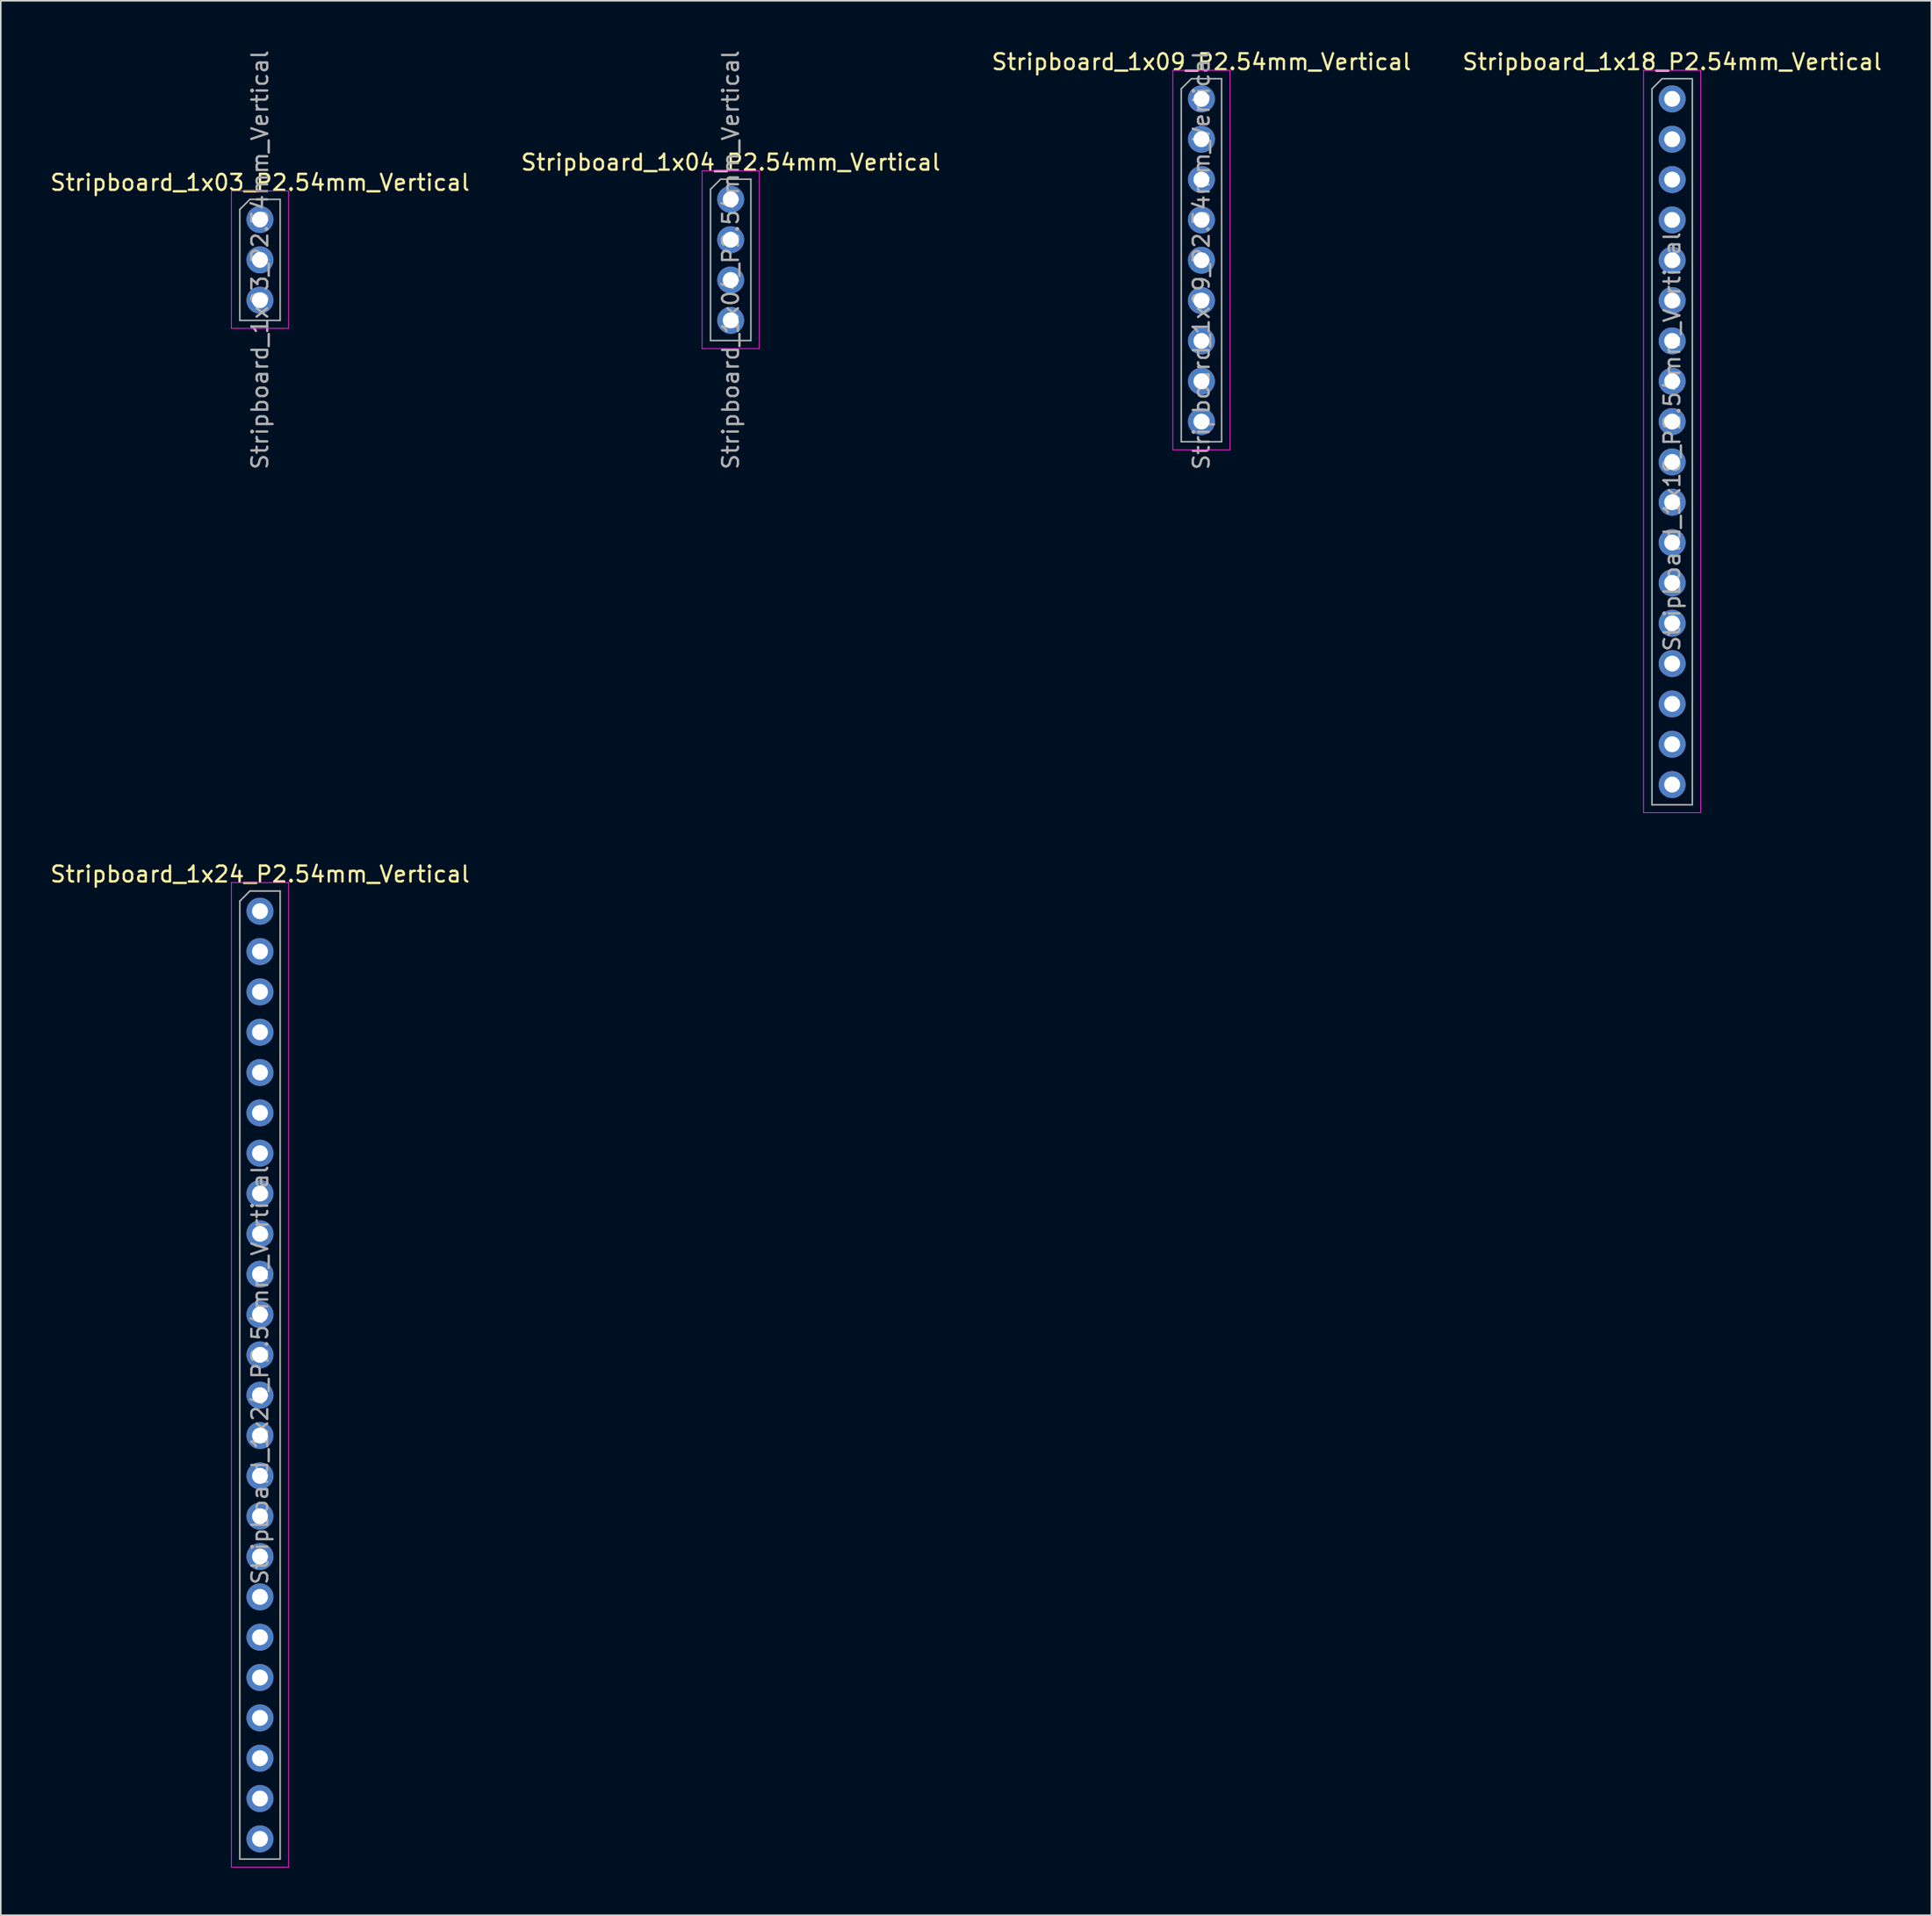
<source format=kicad_pcb>
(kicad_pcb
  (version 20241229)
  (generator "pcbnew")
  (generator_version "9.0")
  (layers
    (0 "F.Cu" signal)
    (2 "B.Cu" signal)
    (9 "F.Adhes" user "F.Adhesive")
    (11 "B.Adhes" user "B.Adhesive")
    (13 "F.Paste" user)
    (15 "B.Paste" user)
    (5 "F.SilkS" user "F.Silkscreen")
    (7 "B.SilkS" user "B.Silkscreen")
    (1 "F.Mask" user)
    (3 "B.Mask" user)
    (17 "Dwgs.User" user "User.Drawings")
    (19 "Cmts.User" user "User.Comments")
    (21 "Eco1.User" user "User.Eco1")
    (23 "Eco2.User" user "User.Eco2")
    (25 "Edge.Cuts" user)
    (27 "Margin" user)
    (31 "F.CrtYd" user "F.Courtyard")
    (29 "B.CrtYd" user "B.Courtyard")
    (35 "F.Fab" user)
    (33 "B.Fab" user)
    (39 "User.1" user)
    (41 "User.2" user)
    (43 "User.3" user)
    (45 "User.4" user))
  (footprint "Stripboard_1x04_P2.54mm_Vertical"
    (layer "F.Cu")
    (at 42.946 9.505)
    (property "Reference" "Stripboard_1x04_P2.54mm_Vertical" (at 0 -2.33 0) (layer "F.SilkS") (effects (font (size 1 1) (thickness 0.15))))
    (attr through_hole)
    (fp_line (start -1.8 -1.8) (end -1.8 9.4) (stroke (width 0.05) (type solid)) (layer "F.CrtYd"))
    (fp_line (start -1.8 9.4) (end 1.8 9.4) (stroke (width 0.05) (type solid)) (layer "F.CrtYd"))
    (fp_line (start 1.8 -1.8) (end -1.8 -1.8) (stroke (width 0.05) (type solid)) (layer "F.CrtYd"))
    (fp_line (start 1.8 9.4) (end 1.8 -1.8) (stroke (width 0.05) (type solid)) (layer "F.CrtYd"))
    (fp_line (start -1.27 -0.635) (end -0.635 -1.27) (stroke (width 0.1) (type solid)) (layer "F.Fab"))
    (fp_line (start -1.27 8.89) (end -1.27 -0.635) (stroke (width 0.1) (type solid)) (layer "F.Fab"))
    (fp_line (start -0.635 -1.27) (end 1.27 -1.27) (stroke (width 0.1) (type solid)) (layer "F.Fab"))
    (fp_line (start 1.27 -1.27) (end 1.27 8.89) (stroke (width 0.1) (type solid)) (layer "F.Fab"))
    (fp_line (start 1.27 8.89) (end -1.27 8.89) (stroke (width 0.1) (type solid)) (layer "F.Fab"))
    (fp_text user "${REFERENCE}" (at 0 3.81 90) (layer "F.Fab") (effects (font (size 1 1) (thickness 0.15))))
    (pad "1" thru_hole circle (at 0 0) (size 1.7 1.7) (drill 1) (layers "*.Cu" "*.Mask"))
    (pad "2" thru_hole oval (at 0 2.54) (size 1.7 1.7) (drill 1) (layers "*.Cu" "*.Mask"))
    (pad "3" thru_hole oval (at 0 5.08) (size 1.7 1.7) (drill 1) (layers "*.Cu" "*.Mask"))
    (pad "4" thru_hole oval (at 0 7.62) (size 1.7 1.7) (drill 1) (layers "*.Cu" "*.Mask")))
  (footprint "Stripboard_1x18_P2.54mm_Vertical"
    (layer "F.Cu")
    (at 102.208 3.178)
    (property "Reference" "Stripboard_1x18_P2.54mm_Vertical" (at 0 -2.33 0) (layer "F.SilkS") (effects (font (size 1 1) (thickness 0.15))))
    (attr through_hole)
    (fp_line (start -1.8 -1.8) (end -1.8 44.95) (stroke (width 0.05) (type solid)) (layer "F.CrtYd"))
    (fp_line (start -1.8 44.95) (end 1.8 44.95) (stroke (width 0.05) (type solid)) (layer "F.CrtYd"))
    (fp_line (start 1.8 -1.8) (end -1.8 -1.8) (stroke (width 0.05) (type solid)) (layer "F.CrtYd"))
    (fp_line (start 1.8 44.95) (end 1.8 -1.8) (stroke (width 0.05) (type solid)) (layer "F.CrtYd"))
    (fp_line (start -1.27 -0.635) (end -0.635 -1.27) (stroke (width 0.1) (type solid)) (layer "F.Fab"))
    (fp_line (start -1.27 44.45) (end -1.27 -0.635) (stroke (width 0.1) (type solid)) (layer "F.Fab"))
    (fp_line (start -0.635 -1.27) (end 1.27 -1.27) (stroke (width 0.1) (type solid)) (layer "F.Fab"))
    (fp_line (start 1.27 -1.27) (end 1.27 44.45) (stroke (width 0.1) (type solid)) (layer "F.Fab"))
    (fp_line (start 1.27 44.45) (end -1.27 44.45) (stroke (width 0.1) (type solid)) (layer "F.Fab"))
    (fp_text user "${REFERENCE}" (at 0 21.59 90) (layer "F.Fab") (effects (font (size 1 1) (thickness 0.15))))
    (pad "1" thru_hole oval (at 0 0) (size 1.7 1.7) (drill 1) (layers "*.Cu" "*.Mask"))
    (pad "2" thru_hole oval (at 0 2.54) (size 1.7 1.7) (drill 1) (layers "*.Cu" "*.Mask"))
    (pad "3" thru_hole oval (at 0 5.08) (size 1.7 1.7) (drill 1) (layers "*.Cu" "*.Mask"))
    (pad "4" thru_hole oval (at 0 7.62) (size 1.7 1.7) (drill 1) (layers "*.Cu" "*.Mask"))
    (pad "5" thru_hole oval (at 0 10.16) (size 1.7 1.7) (drill 1) (layers "*.Cu" "*.Mask"))
    (pad "6" thru_hole oval (at 0 12.7) (size 1.7 1.7) (drill 1) (layers "*.Cu" "*.Mask"))
    (pad "7" thru_hole oval (at 0 15.24) (size 1.7 1.7) (drill 1) (layers "*.Cu" "*.Mask"))
    (pad "8" thru_hole oval (at 0 17.78) (size 1.7 1.7) (drill 1) (layers "*.Cu" "*.Mask"))
    (pad "9" thru_hole oval (at 0 20.32) (size 1.7 1.7) (drill 1) (layers "*.Cu" "*.Mask"))
    (pad "10" thru_hole oval (at 0 22.86) (size 1.7 1.7) (drill 1) (layers "*.Cu" "*.Mask"))
    (pad "11" thru_hole oval (at 0 25.4) (size 1.7 1.7) (drill 1) (layers "*.Cu" "*.Mask"))
    (pad "12" thru_hole oval (at 0 27.94) (size 1.7 1.7) (drill 1) (layers "*.Cu" "*.Mask"))
    (pad "13" thru_hole oval (at 0 30.48) (size 1.7 1.7) (drill 1) (layers "*.Cu" "*.Mask"))
    (pad "14" thru_hole oval (at 0 33.02) (size 1.7 1.7) (drill 1) (layers "*.Cu" "*.Mask"))
    (pad "15" thru_hole oval (at 0 35.56) (size 1.7 1.7) (drill 1) (layers "*.Cu" "*.Mask"))
    (pad "16" thru_hole oval (at 0 38.1) (size 1.7 1.7) (drill 1) (layers "*.Cu" "*.Mask"))
    (pad "17" thru_hole oval (at 0 40.64) (size 1.7 1.7) (drill 1) (layers "*.Cu" "*.Mask"))
    (pad "18" thru_hole oval (at 0 43.18) (size 1.7 1.7) (drill 1) (layers "*.Cu" "*.Mask")))
  (footprint "Stripboard_1x24_P2.54mm_Vertical"
    (layer "F.Cu")
    (at 13.315 54.331)
    (property "Reference" "Stripboard_1x24_P2.54mm_Vertical" (at 0 -2.33 0) (layer "F.SilkS") (effects (font (size 1 1) (thickness 0.15))))
    (attr through_hole)
    (fp_line (start -1.8 -1.8) (end -1.8 60.2) (stroke (width 0.05) (type solid)) (layer "F.CrtYd"))
    (fp_line (start -1.8 60.2) (end 1.8 60.2) (stroke (width 0.05) (type solid)) (layer "F.CrtYd"))
    (fp_line (start 1.8 -1.8) (end -1.8 -1.8) (stroke (width 0.05) (type solid)) (layer "F.CrtYd"))
    (fp_line (start 1.8 60.2) (end 1.8 -1.8) (stroke (width 0.05) (type solid)) (layer "F.CrtYd"))
    (fp_line (start -1.27 -0.635) (end -0.635 -1.27) (stroke (width 0.1) (type solid)) (layer "F.Fab"))
    (fp_line (start -1.27 59.69) (end -1.27 -0.635) (stroke (width 0.1) (type solid)) (layer "F.Fab"))
    (fp_line (start -0.635 -1.27) (end 1.27 -1.27) (stroke (width 0.1) (type solid)) (layer "F.Fab"))
    (fp_line (start 1.27 -1.27) (end 1.27 59.69) (stroke (width 0.1) (type solid)) (layer "F.Fab"))
    (fp_line (start 1.27 59.69) (end -1.27 59.69) (stroke (width 0.1) (type solid)) (layer "F.Fab"))
    (fp_text user "${REFERENCE}" (at 0 29.21 90) (layer "F.Fab") (effects (font (size 1 1) (thickness 0.15))))
    (pad "1" thru_hole circle (at 0 0) (size 1.7 1.7) (drill 1) (layers "*.Cu" "*.Mask"))
    (pad "2" thru_hole oval (at 0 2.54) (size 1.7 1.7) (drill 1) (layers "*.Cu" "*.Mask"))
    (pad "3" thru_hole oval (at 0 5.08) (size 1.7 1.7) (drill 1) (layers "*.Cu" "*.Mask"))
    (pad "4" thru_hole oval (at 0 7.62) (size 1.7 1.7) (drill 1) (layers "*.Cu" "*.Mask"))
    (pad "5" thru_hole oval (at 0 10.16) (size 1.7 1.7) (drill 1) (layers "*.Cu" "*.Mask"))
    (pad "6" thru_hole oval (at 0 12.7) (size 1.7 1.7) (drill 1) (layers "*.Cu" "*.Mask"))
    (pad "7" thru_hole oval (at 0 15.24) (size 1.7 1.7) (drill 1) (layers "*.Cu" "*.Mask"))
    (pad "8" thru_hole oval (at 0 17.78) (size 1.7 1.7) (drill 1) (layers "*.Cu" "*.Mask"))
    (pad "9" thru_hole oval (at 0 20.32) (size 1.7 1.7) (drill 1) (layers "*.Cu" "*.Mask"))
    (pad "10" thru_hole oval (at 0 22.86) (size 1.7 1.7) (drill 1) (layers "*.Cu" "*.Mask"))
    (pad "11" thru_hole oval (at 0 25.4) (size 1.7 1.7) (drill 1) (layers "*.Cu" "*.Mask"))
    (pad "12" thru_hole oval (at 0 27.94) (size 1.7 1.7) (drill 1) (layers "*.Cu" "*.Mask"))
    (pad "13" thru_hole oval (at 0 30.48) (size 1.7 1.7) (drill 1) (layers "*.Cu" "*.Mask"))
    (pad "14" thru_hole oval (at 0 33.02) (size 1.7 1.7) (drill 1) (layers "*.Cu" "*.Mask"))
    (pad "15" thru_hole oval (at 0 35.56) (size 1.7 1.7) (drill 1) (layers "*.Cu" "*.Mask"))
    (pad "16" thru_hole oval (at 0 38.1) (size 1.7 1.7) (drill 1) (layers "*.Cu" "*.Mask"))
    (pad "17" thru_hole oval (at 0 40.64) (size 1.7 1.7) (drill 1) (layers "*.Cu" "*.Mask"))
    (pad "18" thru_hole oval (at 0 43.18) (size 1.7 1.7) (drill 1) (layers "*.Cu" "*.Mask"))
    (pad "19" thru_hole oval (at 0 45.72) (size 1.7 1.7) (drill 1) (layers "*.Cu" "*.Mask"))
    (pad "20" thru_hole oval (at 0 48.26) (size 1.7 1.7) (drill 1) (layers "*.Cu" "*.Mask"))
    (pad "21" thru_hole oval (at 0 50.8) (size 1.7 1.7) (drill 1) (layers "*.Cu" "*.Mask"))
    (pad "22" thru_hole oval (at 0 53.34) (size 1.7 1.7) (drill 1) (layers "*.Cu" "*.Mask"))
    (pad "23" thru_hole oval (at 0 55.88) (size 1.7 1.7) (drill 1) (layers "*.Cu" "*.Mask"))
    (pad "24" thru_hole oval (at 0 58.42) (size 1.7 1.7) (drill 1) (layers "*.Cu" "*.Mask")))
  (footprint "Stripboard_1x09_P2.54mm_Vertical"
    (layer "F.Cu")
    (at 72.577 3.178)
    (property "Reference" "Stripboard_1x09_P2.54mm_Vertical" (at 0 -2.33 0) (layer "F.SilkS") (effects (font (size 1 1) (thickness 0.15))))
    (attr through_hole)
    (fp_line (start -1.8 -1.8) (end -1.8 22.1) (stroke (width 0.05) (type solid)) (layer "F.CrtYd"))
    (fp_line (start -1.8 22.1) (end 1.8 22.1) (stroke (width 0.05) (type solid)) (layer "F.CrtYd"))
    (fp_line (start 1.8 -1.8) (end -1.8 -1.8) (stroke (width 0.05) (type solid)) (layer "F.CrtYd"))
    (fp_line (start 1.8 22.1) (end 1.8 -1.8) (stroke (width 0.05) (type solid)) (layer "F.CrtYd"))
    (fp_line (start -1.27 -0.635) (end -0.635 -1.27) (stroke (width 0.1) (type solid)) (layer "F.Fab"))
    (fp_line (start -1.27 21.59) (end -1.27 -0.635) (stroke (width 0.1) (type solid)) (layer "F.Fab"))
    (fp_line (start -0.635 -1.27) (end 1.27 -1.27) (stroke (width 0.1) (type solid)) (layer "F.Fab"))
    (fp_line (start 1.27 -1.27) (end 1.27 21.59) (stroke (width 0.1) (type solid)) (layer "F.Fab"))
    (fp_line (start 1.27 21.59) (end -1.27 21.59) (stroke (width 0.1) (type solid)) (layer "F.Fab"))
    (fp_text user "${REFERENCE}" (at 0 10.16 90) (layer "F.Fab") (effects (font (size 1 1) (thickness 0.15))))
    (pad "1" thru_hole circle (at 0 0) (size 1.7 1.7) (drill 1) (layers "*.Cu" "*.Mask"))
    (pad "2" thru_hole oval (at 0 2.54) (size 1.7 1.7) (drill 1) (layers "*.Cu" "*.Mask"))
    (pad "3" thru_hole oval (at 0 5.08) (size 1.7 1.7) (drill 1) (layers "*.Cu" "*.Mask"))
    (pad "4" thru_hole oval (at 0 7.62) (size 1.7 1.7) (drill 1) (layers "*.Cu" "*.Mask"))
    (pad "5" thru_hole oval (at 0 10.16) (size 1.7 1.7) (drill 1) (layers "*.Cu" "*.Mask"))
    (pad "6" thru_hole oval (at 0 12.7) (size 1.7 1.7) (drill 1) (layers "*.Cu" "*.Mask"))
    (pad "7" thru_hole oval (at 0 15.24) (size 1.7 1.7) (drill 1) (layers "*.Cu" "*.Mask"))
    (pad "8" thru_hole oval (at 0 17.78) (size 1.7 1.7) (drill 1) (layers "*.Cu" "*.Mask"))
    (pad "9" thru_hole oval (at 0 20.32) (size 1.7 1.7) (drill 1) (layers "*.Cu" "*.Mask")))
  (footprint "Stripboard_1x03_P2.54mm_Vertical"
    (layer "F.Cu")
    (at 13.315 10.775)
    (property "Reference" "Stripboard_1x03_P2.54mm_Vertical" (at 0 -2.33 0) (layer "F.SilkS") (effects (font (size 1 1) (thickness 0.15))))
    (attr through_hole)
    (fp_line (start -1.8 -1.8) (end -1.8 6.85) (stroke (width 0.05) (type solid)) (layer "F.CrtYd"))
    (fp_line (start -1.8 6.85) (end 1.8 6.85) (stroke (width 0.05) (type solid)) (layer "F.CrtYd"))
    (fp_line (start 1.8 -1.8) (end -1.8 -1.8) (stroke (width 0.05) (type solid)) (layer "F.CrtYd"))
    (fp_line (start 1.8 6.85) (end 1.8 -1.8) (stroke (width 0.05) (type solid)) (layer "F.CrtYd"))
    (fp_line (start -1.27 -0.635) (end -0.635 -1.27) (stroke (width 0.1) (type solid)) (layer "F.Fab"))
    (fp_line (start -1.27 6.35) (end -1.27 -0.635) (stroke (width 0.1) (type solid)) (layer "F.Fab"))
    (fp_line (start -0.635 -1.27) (end 1.27 -1.27) (stroke (width 0.1) (type solid)) (layer "F.Fab"))
    (fp_line (start 1.27 -1.27) (end 1.27 6.35) (stroke (width 0.1) (type solid)) (layer "F.Fab"))
    (fp_line (start 1.27 6.35) (end -1.27 6.35) (stroke (width 0.1) (type solid)) (layer "F.Fab"))
    (fp_text user "${REFERENCE}" (at 0 2.54 90) (layer "F.Fab") (effects (font (size 1 1) (thickness 0.15))))
    (pad "1" thru_hole circle (at 0 0) (size 1.7 1.7) (drill 1) (layers "*.Cu" "*.Mask"))
    (pad "2" thru_hole oval (at 0 2.54) (size 1.7 1.7) (drill 1) (layers "*.Cu" "*.Mask"))
    (pad "3" thru_hole oval (at 0 5.08) (size 1.7 1.7) (drill 1) (layers "*.Cu" "*.Mask")))
  (gr_rect
    (start -3 -3)
    (end 118.524 117.556)
    (stroke (width 0.1) (type default))
    (fill no)
    (layer "Edge.Cuts")))
</source>
